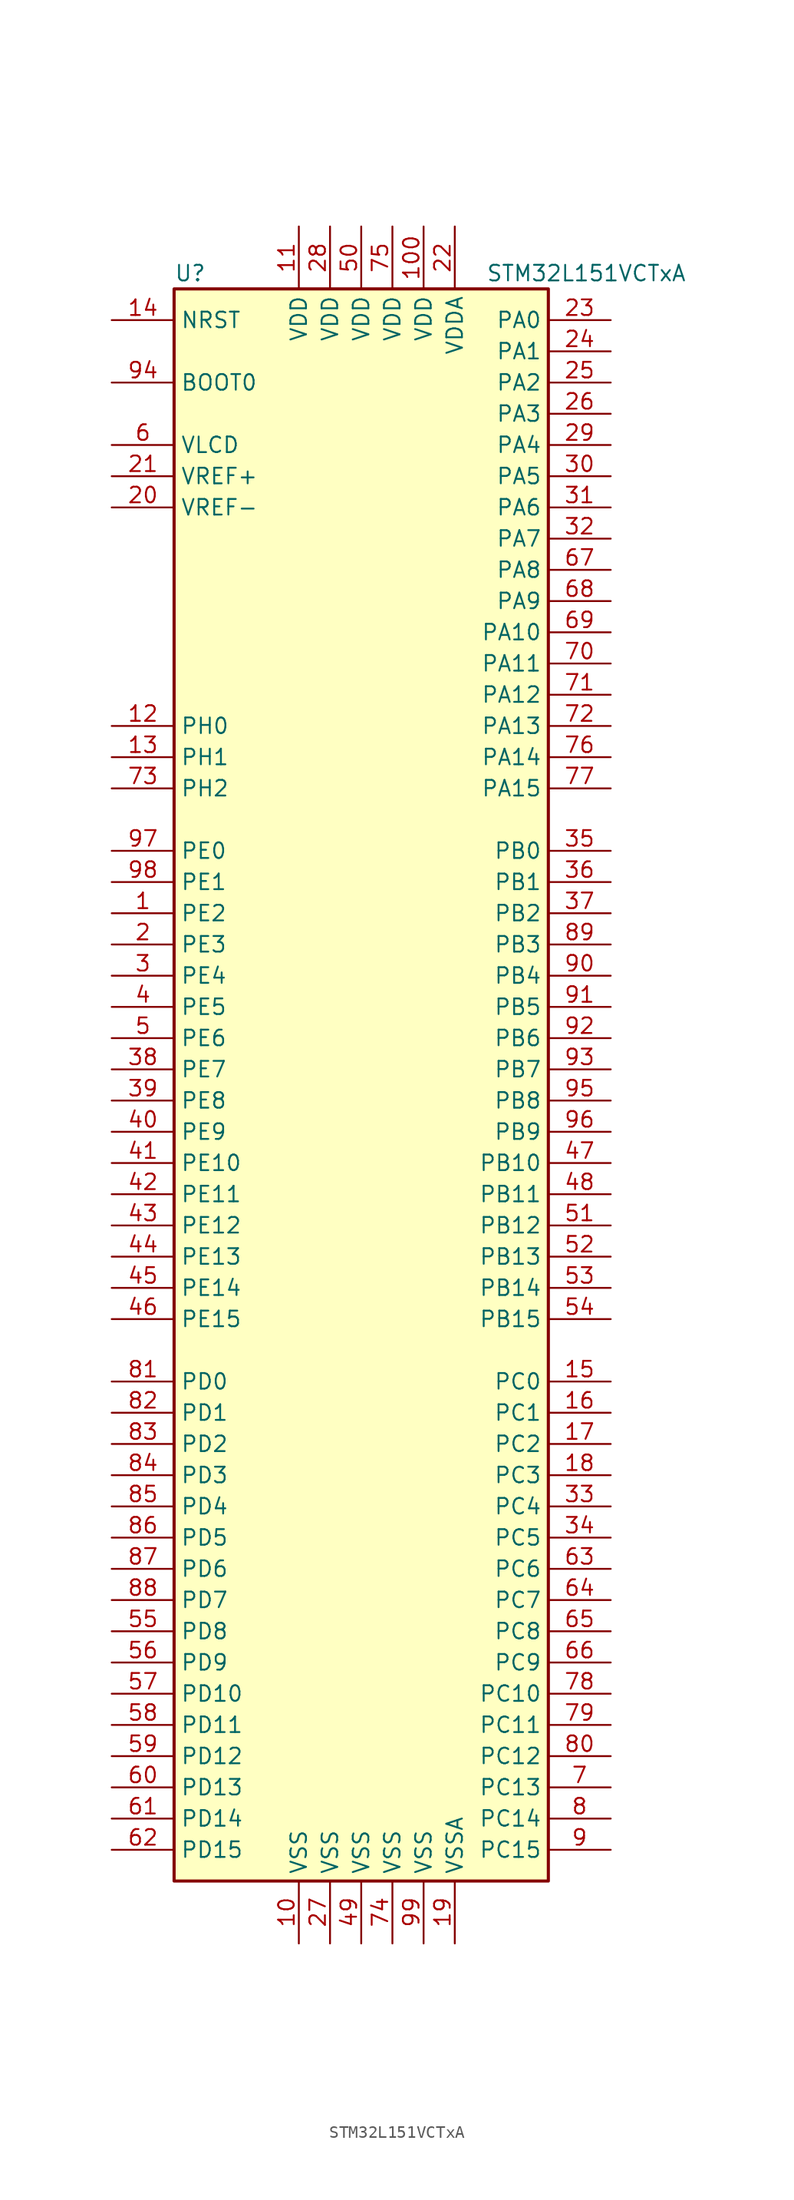
<source format=kicad_sym>
(kicad_symbol_lib
  (version 20201005)
  (generator kicad_symbol_editor)
  (symbol "MCU_ST_STM32L1:STM32L151VCTxA"
    (property "Reference" "U"
      (at -15.24 64.77 0)
      (effects (font (size 1.27 1.27)) (justify left)))
    (property "Value" "STM32L151VCTxA"
      (at 10.16 64.77 0)
      (effects (font (size 1.27 1.27)) (justify left)))
    (symbol "STM32L151VCTxA_0_1"
      (rectangle (start -15.24 -66.04) (end 15.24 63.5) (stroke (width 0.254)) (fill (type background))))
    (symbol "STM32L151VCTxA_1_1"
      (pin input line (at -20.32 55.88 0) (length 5.08) (name "BOOT0" (effects (font (size 1.27 1.27)))) (number "94" (effects (font (size 1.27 1.27)))))
      (pin input line (at -20.32 60.96 0) (length 5.08) (name "NRST" (effects (font (size 1.27 1.27)))) (number "14" (effects (font (size 1.27 1.27)))))
      (pin bidirectional line (at 20.32 60.96 180) (length 5.08) (name "PA0" (effects (font (size 1.27 1.27)))) (number "23" (effects (font (size 1.27 1.27)))))
      (pin bidirectional line (at 20.32 58.42 180) (length 5.08) (name "PA1" (effects (font (size 1.27 1.27)))) (number "24" (effects (font (size 1.27 1.27)))))
      (pin bidirectional line (at 20.32 35.56 180) (length 5.08) (name "PA10" (effects (font (size 1.27 1.27)))) (number "69" (effects (font (size 1.27 1.27)))))
      (pin bidirectional line (at 20.32 33.02 180) (length 5.08) (name "PA11" (effects (font (size 1.27 1.27)))) (number "70" (effects (font (size 1.27 1.27)))))
      (pin bidirectional line (at 20.32 30.48 180) (length 5.08) (name "PA12" (effects (font (size 1.27 1.27)))) (number "71" (effects (font (size 1.27 1.27)))))
      (pin bidirectional line (at 20.32 27.94 180) (length 5.08) (name "PA13" (effects (font (size 1.27 1.27)))) (number "72" (effects (font (size 1.27 1.27)))))
      (pin bidirectional line (at 20.32 25.4 180) (length 5.08) (name "PA14" (effects (font (size 1.27 1.27)))) (number "76" (effects (font (size 1.27 1.27)))))
      (pin bidirectional line (at 20.32 22.86 180) (length 5.08) (name "PA15" (effects (font (size 1.27 1.27)))) (number "77" (effects (font (size 1.27 1.27)))))
      (pin bidirectional line (at 20.32 55.88 180) (length 5.08) (name "PA2" (effects (font (size 1.27 1.27)))) (number "25" (effects (font (size 1.27 1.27)))))
      (pin bidirectional line (at 20.32 53.34 180) (length 5.08) (name "PA3" (effects (font (size 1.27 1.27)))) (number "26" (effects (font (size 1.27 1.27)))))
      (pin bidirectional line (at 20.32 50.8 180) (length 5.08) (name "PA4" (effects (font (size 1.27 1.27)))) (number "29" (effects (font (size 1.27 1.27)))))
      (pin bidirectional line (at 20.32 48.26 180) (length 5.08) (name "PA5" (effects (font (size 1.27 1.27)))) (number "30" (effects (font (size 1.27 1.27)))))
      (pin bidirectional line (at 20.32 45.72 180) (length 5.08) (name "PA6" (effects (font (size 1.27 1.27)))) (number "31" (effects (font (size 1.27 1.27)))))
      (pin bidirectional line (at 20.32 43.18 180) (length 5.08) (name "PA7" (effects (font (size 1.27 1.27)))) (number "32" (effects (font (size 1.27 1.27)))))
      (pin bidirectional line (at 20.32 40.64 180) (length 5.08) (name "PA8" (effects (font (size 1.27 1.27)))) (number "67" (effects (font (size 1.27 1.27)))))
      (pin bidirectional line (at 20.32 38.1 180) (length 5.08) (name "PA9" (effects (font (size 1.27 1.27)))) (number "68" (effects (font (size 1.27 1.27)))))
      (pin bidirectional line (at 20.32 17.78 180) (length 5.08) (name "PB0" (effects (font (size 1.27 1.27)))) (number "35" (effects (font (size 1.27 1.27)))))
      (pin bidirectional line (at 20.32 15.24 180) (length 5.08) (name "PB1" (effects (font (size 1.27 1.27)))) (number "36" (effects (font (size 1.27 1.27)))))
      (pin bidirectional line (at 20.32 -7.62 180) (length 5.08) (name "PB10" (effects (font (size 1.27 1.27)))) (number "47" (effects (font (size 1.27 1.27)))))
      (pin bidirectional line (at 20.32 -10.16 180) (length 5.08) (name "PB11" (effects (font (size 1.27 1.27)))) (number "48" (effects (font (size 1.27 1.27)))))
      (pin bidirectional line (at 20.32 -12.7 180) (length 5.08) (name "PB12" (effects (font (size 1.27 1.27)))) (number "51" (effects (font (size 1.27 1.27)))))
      (pin bidirectional line (at 20.32 -15.24 180) (length 5.08) (name "PB13" (effects (font (size 1.27 1.27)))) (number "52" (effects (font (size 1.27 1.27)))))
      (pin bidirectional line (at 20.32 -17.78 180) (length 5.08) (name "PB14" (effects (font (size 1.27 1.27)))) (number "53" (effects (font (size 1.27 1.27)))))
      (pin bidirectional line (at 20.32 -20.32 180) (length 5.08) (name "PB15" (effects (font (size 1.27 1.27)))) (number "54" (effects (font (size 1.27 1.27)))))
      (pin bidirectional line (at 20.32 12.7 180) (length 5.08) (name "PB2" (effects (font (size 1.27 1.27)))) (number "37" (effects (font (size 1.27 1.27)))))
      (pin bidirectional line (at 20.32 10.16 180) (length 5.08) (name "PB3" (effects (font (size 1.27 1.27)))) (number "89" (effects (font (size 1.27 1.27)))))
      (pin bidirectional line (at 20.32 7.62 180) (length 5.08) (name "PB4" (effects (font (size 1.27 1.27)))) (number "90" (effects (font (size 1.27 1.27)))))
      (pin bidirectional line (at 20.32 5.08 180) (length 5.08) (name "PB5" (effects (font (size 1.27 1.27)))) (number "91" (effects (font (size 1.27 1.27)))))
      (pin bidirectional line (at 20.32 2.54 180) (length 5.08) (name "PB6" (effects (font (size 1.27 1.27)))) (number "92" (effects (font (size 1.27 1.27)))))
      (pin bidirectional line (at 20.32 0 180) (length 5.08) (name "PB7" (effects (font (size 1.27 1.27)))) (number "93" (effects (font (size 1.27 1.27)))))
      (pin bidirectional line (at 20.32 -2.54 180) (length 5.08) (name "PB8" (effects (font (size 1.27 1.27)))) (number "95" (effects (font (size 1.27 1.27)))))
      (pin bidirectional line (at 20.32 -5.08 180) (length 5.08) (name "PB9" (effects (font (size 1.27 1.27)))) (number "96" (effects (font (size 1.27 1.27)))))
      (pin bidirectional line (at 20.32 -25.4 180) (length 5.08) (name "PC0" (effects (font (size 1.27 1.27)))) (number "15" (effects (font (size 1.27 1.27)))))
      (pin bidirectional line (at 20.32 -27.94 180) (length 5.08) (name "PC1" (effects (font (size 1.27 1.27)))) (number "16" (effects (font (size 1.27 1.27)))))
      (pin bidirectional line (at 20.32 -50.8 180) (length 5.08) (name "PC10" (effects (font (size 1.27 1.27)))) (number "78" (effects (font (size 1.27 1.27)))))
      (pin bidirectional line (at 20.32 -53.34 180) (length 5.08) (name "PC11" (effects (font (size 1.27 1.27)))) (number "79" (effects (font (size 1.27 1.27)))))
      (pin bidirectional line (at 20.32 -55.88 180) (length 5.08) (name "PC12" (effects (font (size 1.27 1.27)))) (number "80" (effects (font (size 1.27 1.27)))))
      (pin bidirectional line (at 20.32 -58.42 180) (length 5.08) (name "PC13" (effects (font (size 1.27 1.27)))) (number "7" (effects (font (size 1.27 1.27)))))
      (pin bidirectional line (at 20.32 -60.96 180) (length 5.08) (name "PC14" (effects (font (size 1.27 1.27)))) (number "8" (effects (font (size 1.27 1.27)))))
      (pin bidirectional line (at 20.32 -63.5 180) (length 5.08) (name "PC15" (effects (font (size 1.27 1.27)))) (number "9" (effects (font (size 1.27 1.27)))))
      (pin bidirectional line (at 20.32 -30.48 180) (length 5.08) (name "PC2" (effects (font (size 1.27 1.27)))) (number "17" (effects (font (size 1.27 1.27)))))
      (pin bidirectional line (at 20.32 -33.02 180) (length 5.08) (name "PC3" (effects (font (size 1.27 1.27)))) (number "18" (effects (font (size 1.27 1.27)))))
      (pin bidirectional line (at 20.32 -35.56 180) (length 5.08) (name "PC4" (effects (font (size 1.27 1.27)))) (number "33" (effects (font (size 1.27 1.27)))))
      (pin bidirectional line (at 20.32 -38.1 180) (length 5.08) (name "PC5" (effects (font (size 1.27 1.27)))) (number "34" (effects (font (size 1.27 1.27)))))
      (pin bidirectional line (at 20.32 -40.64 180) (length 5.08) (name "PC6" (effects (font (size 1.27 1.27)))) (number "63" (effects (font (size 1.27 1.27)))))
      (pin bidirectional line (at 20.32 -43.18 180) (length 5.08) (name "PC7" (effects (font (size 1.27 1.27)))) (number "64" (effects (font (size 1.27 1.27)))))
      (pin bidirectional line (at 20.32 -45.72 180) (length 5.08) (name "PC8" (effects (font (size 1.27 1.27)))) (number "65" (effects (font (size 1.27 1.27)))))
      (pin bidirectional line (at 20.32 -48.26 180) (length 5.08) (name "PC9" (effects (font (size 1.27 1.27)))) (number "66" (effects (font (size 1.27 1.27)))))
      (pin bidirectional line (at -20.32 -25.4 0) (length 5.08) (name "PD0" (effects (font (size 1.27 1.27)))) (number "81" (effects (font (size 1.27 1.27)))))
      (pin bidirectional line (at -20.32 -27.94 0) (length 5.08) (name "PD1" (effects (font (size 1.27 1.27)))) (number "82" (effects (font (size 1.27 1.27)))))
      (pin bidirectional line (at -20.32 -50.8 0) (length 5.08) (name "PD10" (effects (font (size 1.27 1.27)))) (number "57" (effects (font (size 1.27 1.27)))))
      (pin bidirectional line (at -20.32 -53.34 0) (length 5.08) (name "PD11" (effects (font (size 1.27 1.27)))) (number "58" (effects (font (size 1.27 1.27)))))
      (pin bidirectional line (at -20.32 -55.88 0) (length 5.08) (name "PD12" (effects (font (size 1.27 1.27)))) (number "59" (effects (font (size 1.27 1.27)))))
      (pin bidirectional line (at -20.32 -58.42 0) (length 5.08) (name "PD13" (effects (font (size 1.27 1.27)))) (number "60" (effects (font (size 1.27 1.27)))))
      (pin bidirectional line (at -20.32 -60.96 0) (length 5.08) (name "PD14" (effects (font (size 1.27 1.27)))) (number "61" (effects (font (size 1.27 1.27)))))
      (pin bidirectional line (at -20.32 -63.5 0) (length 5.08) (name "PD15" (effects (font (size 1.27 1.27)))) (number "62" (effects (font (size 1.27 1.27)))))
      (pin bidirectional line (at -20.32 -30.48 0) (length 5.08) (name "PD2" (effects (font (size 1.27 1.27)))) (number "83" (effects (font (size 1.27 1.27)))))
      (pin bidirectional line (at -20.32 -33.02 0) (length 5.08) (name "PD3" (effects (font (size 1.27 1.27)))) (number "84" (effects (font (size 1.27 1.27)))))
      (pin bidirectional line (at -20.32 -35.56 0) (length 5.08) (name "PD4" (effects (font (size 1.27 1.27)))) (number "85" (effects (font (size 1.27 1.27)))))
      (pin bidirectional line (at -20.32 -38.1 0) (length 5.08) (name "PD5" (effects (font (size 1.27 1.27)))) (number "86" (effects (font (size 1.27 1.27)))))
      (pin bidirectional line (at -20.32 -40.64 0) (length 5.08) (name "PD6" (effects (font (size 1.27 1.27)))) (number "87" (effects (font (size 1.27 1.27)))))
      (pin bidirectional line (at -20.32 -43.18 0) (length 5.08) (name "PD7" (effects (font (size 1.27 1.27)))) (number "88" (effects (font (size 1.27 1.27)))))
      (pin bidirectional line (at -20.32 -45.72 0) (length 5.08) (name "PD8" (effects (font (size 1.27 1.27)))) (number "55" (effects (font (size 1.27 1.27)))))
      (pin bidirectional line (at -20.32 -48.26 0) (length 5.08) (name "PD9" (effects (font (size 1.27 1.27)))) (number "56" (effects (font (size 1.27 1.27)))))
      (pin bidirectional line (at -20.32 17.78 0) (length 5.08) (name "PE0" (effects (font (size 1.27 1.27)))) (number "97" (effects (font (size 1.27 1.27)))))
      (pin bidirectional line (at -20.32 15.24 0) (length 5.08) (name "PE1" (effects (font (size 1.27 1.27)))) (number "98" (effects (font (size 1.27 1.27)))))
      (pin bidirectional line (at -20.32 -7.62 0) (length 5.08) (name "PE10" (effects (font (size 1.27 1.27)))) (number "41" (effects (font (size 1.27 1.27)))))
      (pin bidirectional line (at -20.32 -10.16 0) (length 5.08) (name "PE11" (effects (font (size 1.27 1.27)))) (number "42" (effects (font (size 1.27 1.27)))))
      (pin bidirectional line (at -20.32 -12.7 0) (length 5.08) (name "PE12" (effects (font (size 1.27 1.27)))) (number "43" (effects (font (size 1.27 1.27)))))
      (pin bidirectional line (at -20.32 -15.24 0) (length 5.08) (name "PE13" (effects (font (size 1.27 1.27)))) (number "44" (effects (font (size 1.27 1.27)))))
      (pin bidirectional line (at -20.32 -17.78 0) (length 5.08) (name "PE14" (effects (font (size 1.27 1.27)))) (number "45" (effects (font (size 1.27 1.27)))))
      (pin bidirectional line (at -20.32 -20.32 0) (length 5.08) (name "PE15" (effects (font (size 1.27 1.27)))) (number "46" (effects (font (size 1.27 1.27)))))
      (pin bidirectional line (at -20.32 12.7 0) (length 5.08) (name "PE2" (effects (font (size 1.27 1.27)))) (number "1" (effects (font (size 1.27 1.27)))))
      (pin bidirectional line (at -20.32 10.16 0) (length 5.08) (name "PE3" (effects (font (size 1.27 1.27)))) (number "2" (effects (font (size 1.27 1.27)))))
      (pin bidirectional line (at -20.32 7.62 0) (length 5.08) (name "PE4" (effects (font (size 1.27 1.27)))) (number "3" (effects (font (size 1.27 1.27)))))
      (pin bidirectional line (at -20.32 5.08 0) (length 5.08) (name "PE5" (effects (font (size 1.27 1.27)))) (number "4" (effects (font (size 1.27 1.27)))))
      (pin bidirectional line (at -20.32 2.54 0) (length 5.08) (name "PE6" (effects (font (size 1.27 1.27)))) (number "5" (effects (font (size 1.27 1.27)))))
      (pin bidirectional line (at -20.32 0 0) (length 5.08) (name "PE7" (effects (font (size 1.27 1.27)))) (number "38" (effects (font (size 1.27 1.27)))))
      (pin bidirectional line (at -20.32 -2.54 0) (length 5.08) (name "PE8" (effects (font (size 1.27 1.27)))) (number "39" (effects (font (size 1.27 1.27)))))
      (pin bidirectional line (at -20.32 -5.08 0) (length 5.08) (name "PE9" (effects (font (size 1.27 1.27)))) (number "40" (effects (font (size 1.27 1.27)))))
      (pin input line (at -20.32 27.94 0) (length 5.08) (name "PH0" (effects (font (size 1.27 1.27)))) (number "12" (effects (font (size 1.27 1.27)))))
      (pin input line (at -20.32 25.4 0) (length 5.08) (name "PH1" (effects (font (size 1.27 1.27)))) (number "13" (effects (font (size 1.27 1.27)))))
      (pin bidirectional line (at -20.32 22.86 0) (length 5.08) (name "PH2" (effects (font (size 1.27 1.27)))) (number "73" (effects (font (size 1.27 1.27)))))
      (pin power_in line (at 5.08 68.58 270) (length 5.08) (name "VDD" (effects (font (size 1.27 1.27)))) (number "100" (effects (font (size 1.27 1.27)))))
      (pin power_in line (at -5.08 68.58 270) (length 5.08) (name "VDD" (effects (font (size 1.27 1.27)))) (number "11" (effects (font (size 1.27 1.27)))))
      (pin power_in line (at -2.54 68.58 270) (length 5.08) (name "VDD" (effects (font (size 1.27 1.27)))) (number "28" (effects (font (size 1.27 1.27)))))
      (pin power_in line (at 0 68.58 270) (length 5.08) (name "VDD" (effects (font (size 1.27 1.27)))) (number "50" (effects (font (size 1.27 1.27)))))
      (pin power_in line (at 2.54 68.58 270) (length 5.08) (name "VDD" (effects (font (size 1.27 1.27)))) (number "75" (effects (font (size 1.27 1.27)))))
      (pin power_in line (at 7.62 68.58 270) (length 5.08) (name "VDDA" (effects (font (size 1.27 1.27)))) (number "22" (effects (font (size 1.27 1.27)))))
      (pin power_in line (at -20.32 50.8 0) (length 5.08) (name "VLCD" (effects (font (size 1.27 1.27)))) (number "6" (effects (font (size 1.27 1.27)))))
      (pin power_in line (at -20.32 48.26 0) (length 5.08) (name "VREF+" (effects (font (size 1.27 1.27)))) (number "21" (effects (font (size 1.27 1.27)))))
      (pin power_in line (at -20.32 45.72 0) (length 5.08) (name "VREF-" (effects (font (size 1.27 1.27)))) (number "20" (effects (font (size 1.27 1.27)))))
      (pin power_in line (at -5.08 -71.12 90) (length 5.08) (name "VSS" (effects (font (size 1.27 1.27)))) (number "10" (effects (font (size 1.27 1.27)))))
      (pin power_in line (at -2.54 -71.12 90) (length 5.08) (name "VSS" (effects (font (size 1.27 1.27)))) (number "27" (effects (font (size 1.27 1.27)))))
      (pin power_in line (at 0 -71.12 90) (length 5.08) (name "VSS" (effects (font (size 1.27 1.27)))) (number "49" (effects (font (size 1.27 1.27)))))
      (pin power_in line (at 2.54 -71.12 90) (length 5.08) (name "VSS" (effects (font (size 1.27 1.27)))) (number "74" (effects (font (size 1.27 1.27)))))
      (pin power_in line (at 5.08 -71.12 90) (length 5.08) (name "VSS" (effects (font (size 1.27 1.27)))) (number "99" (effects (font (size 1.27 1.27)))))
      (pin power_in line (at 7.62 -71.12 90) (length 5.08) (name "VSSA" (effects (font (size 1.27 1.27)))) (number "19" (effects (font (size 1.27 1.27))))))))
</source>
